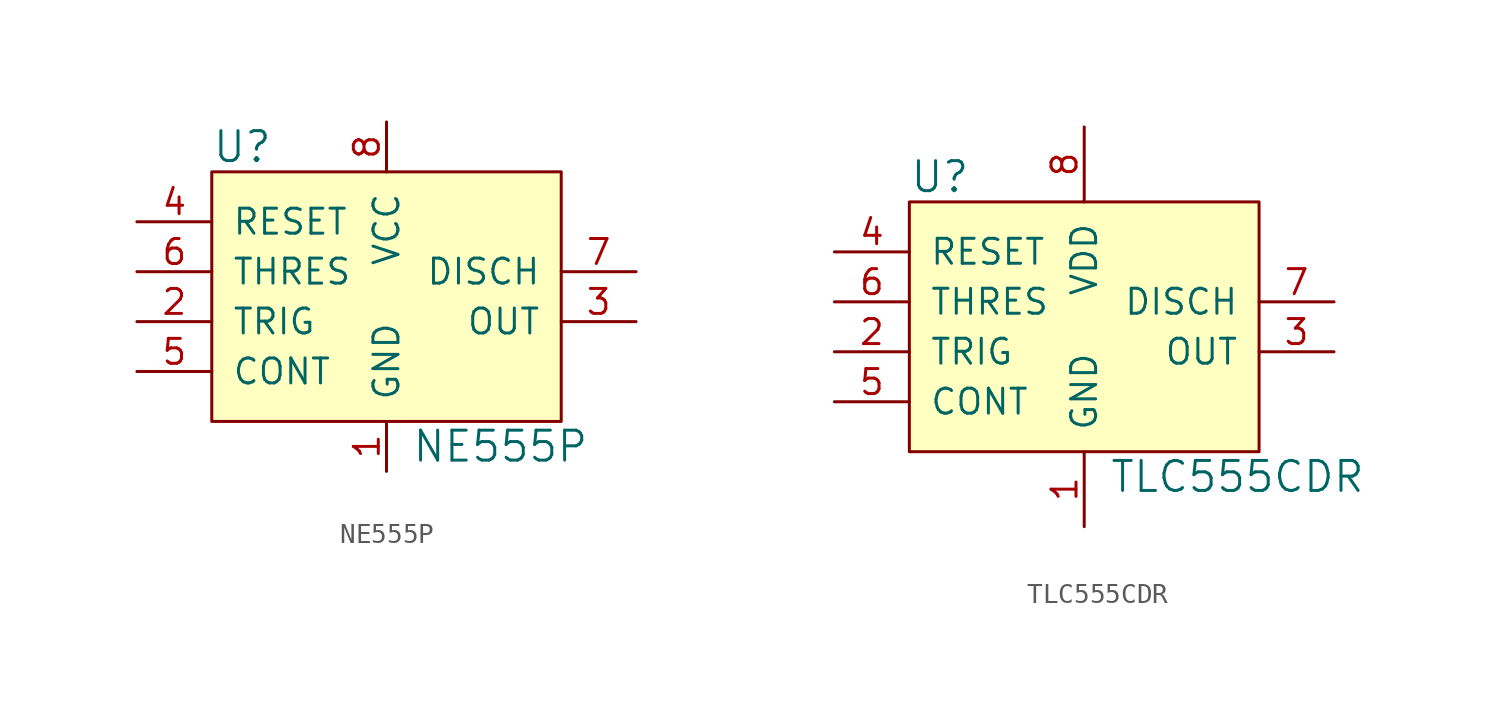
<source format=kicad_sym>
(kicad_symbol_lib
  (version 20220914)
  (generator kicad_symbol_editor)
  (symbol "NE555P"
    (pin_names
      (offset 1.016))
    (property "Reference" "U"
      (at -8.89 6.35 0)
      (effects (font (size 1.524 1.524)) (justify left)))
    (property "Value" "NE555P"
      (at 1.27 -8.89 0)
      (effects (font (size 1.524 1.524)) (justify left)))
    (symbol "NE555P_0_1"
      (rectangle (start -8.89 5.08) (end 8.89 -7.62) (stroke (width 0) (type default)) (fill (type background))))
    (symbol "NE555P_1_1"
      (pin power_in line (at 0 -10.16 90) (length 2.54) (name "GND" (effects (font (size 1.27 1.27)))) (number "1" (effects (font (size 1.27 1.27)))))
      (pin input line (at -12.7 -2.54 0) (length 3.81) (name "TRIG" (effects (font (size 1.27 1.27)))) (number "2" (effects (font (size 1.27 1.27)))))
      (pin output line (at 12.7 -2.54 180) (length 3.81) (name "OUT" (effects (font (size 1.27 1.27)))) (number "3" (effects (font (size 1.27 1.27)))))
      (pin input line (at -12.7 2.54 0) (length 3.81) (name "RESET" (effects (font (size 1.27 1.27)))) (number "4" (effects (font (size 1.27 1.27)))))
      (pin bidirectional line (at -12.7 -5.08 0) (length 3.81) (name "CONT" (effects (font (size 1.27 1.27)))) (number "5" (effects (font (size 1.27 1.27)))))
      (pin input line (at -12.7 0 0) (length 3.81) (name "THRES" (effects (font (size 1.27 1.27)))) (number "6" (effects (font (size 1.27 1.27)))))
      (pin output line (at 12.7 0 180) (length 3.81) (name "DISCH" (effects (font (size 1.27 1.27)))) (number "7" (effects (font (size 1.27 1.27)))))
      (pin power_in line (at 0 7.62 270) (length 2.54) (name "VCC" (effects (font (size 1.27 1.27)))) (number "8" (effects (font (size 1.27 1.27)))))))
  (symbol "TLC555CDR"
    (pin_names
      (offset 1.016))
    (property "Reference" "U"
      (at -8.89 6.35 0)
      (effects (font (size 1.524 1.524)) (justify left)))
    (property "Value" "TLC555CDR"
      (at 1.27 -8.89 0)
      (effects (font (size 1.524 1.524)) (justify left)))
    (symbol "TLC555CDR_0_1"
      (rectangle (start -8.89 5.08) (end 8.89 -7.62) (stroke (width 0) (type default)) (fill (type background))))
    (symbol "TLC555CDR_1_1"
      (pin power_in line (at 0 -11.43 90) (length 3.81) (name "GND" (effects (font (size 1.27 1.27)))) (number "1" (effects (font (size 1.27 1.27)))))
      (pin input line (at -12.7 -2.54 0) (length 3.81) (name "TRIG" (effects (font (size 1.27 1.27)))) (number "2" (effects (font (size 1.27 1.27)))))
      (pin output line (at 12.7 -2.54 180) (length 3.81) (name "OUT" (effects (font (size 1.27 1.27)))) (number "3" (effects (font (size 1.27 1.27)))))
      (pin input line (at -12.7 2.54 0) (length 3.81) (name "RESET" (effects (font (size 1.27 1.27)))) (number "4" (effects (font (size 1.27 1.27)))))
      (pin bidirectional line (at -12.7 -5.08 0) (length 3.81) (name "CONT" (effects (font (size 1.27 1.27)))) (number "5" (effects (font (size 1.27 1.27)))))
      (pin input line (at -12.7 0 0) (length 3.81) (name "THRES" (effects (font (size 1.27 1.27)))) (number "6" (effects (font (size 1.27 1.27)))))
      (pin output line (at 12.7 0 180) (length 3.81) (name "DISCH" (effects (font (size 1.27 1.27)))) (number "7" (effects (font (size 1.27 1.27)))))
      (pin power_in line (at 0 8.89 270) (length 3.81) (name "VDD" (effects (font (size 1.27 1.27)))) (number "8" (effects (font (size 1.27 1.27))))))))
</source>
